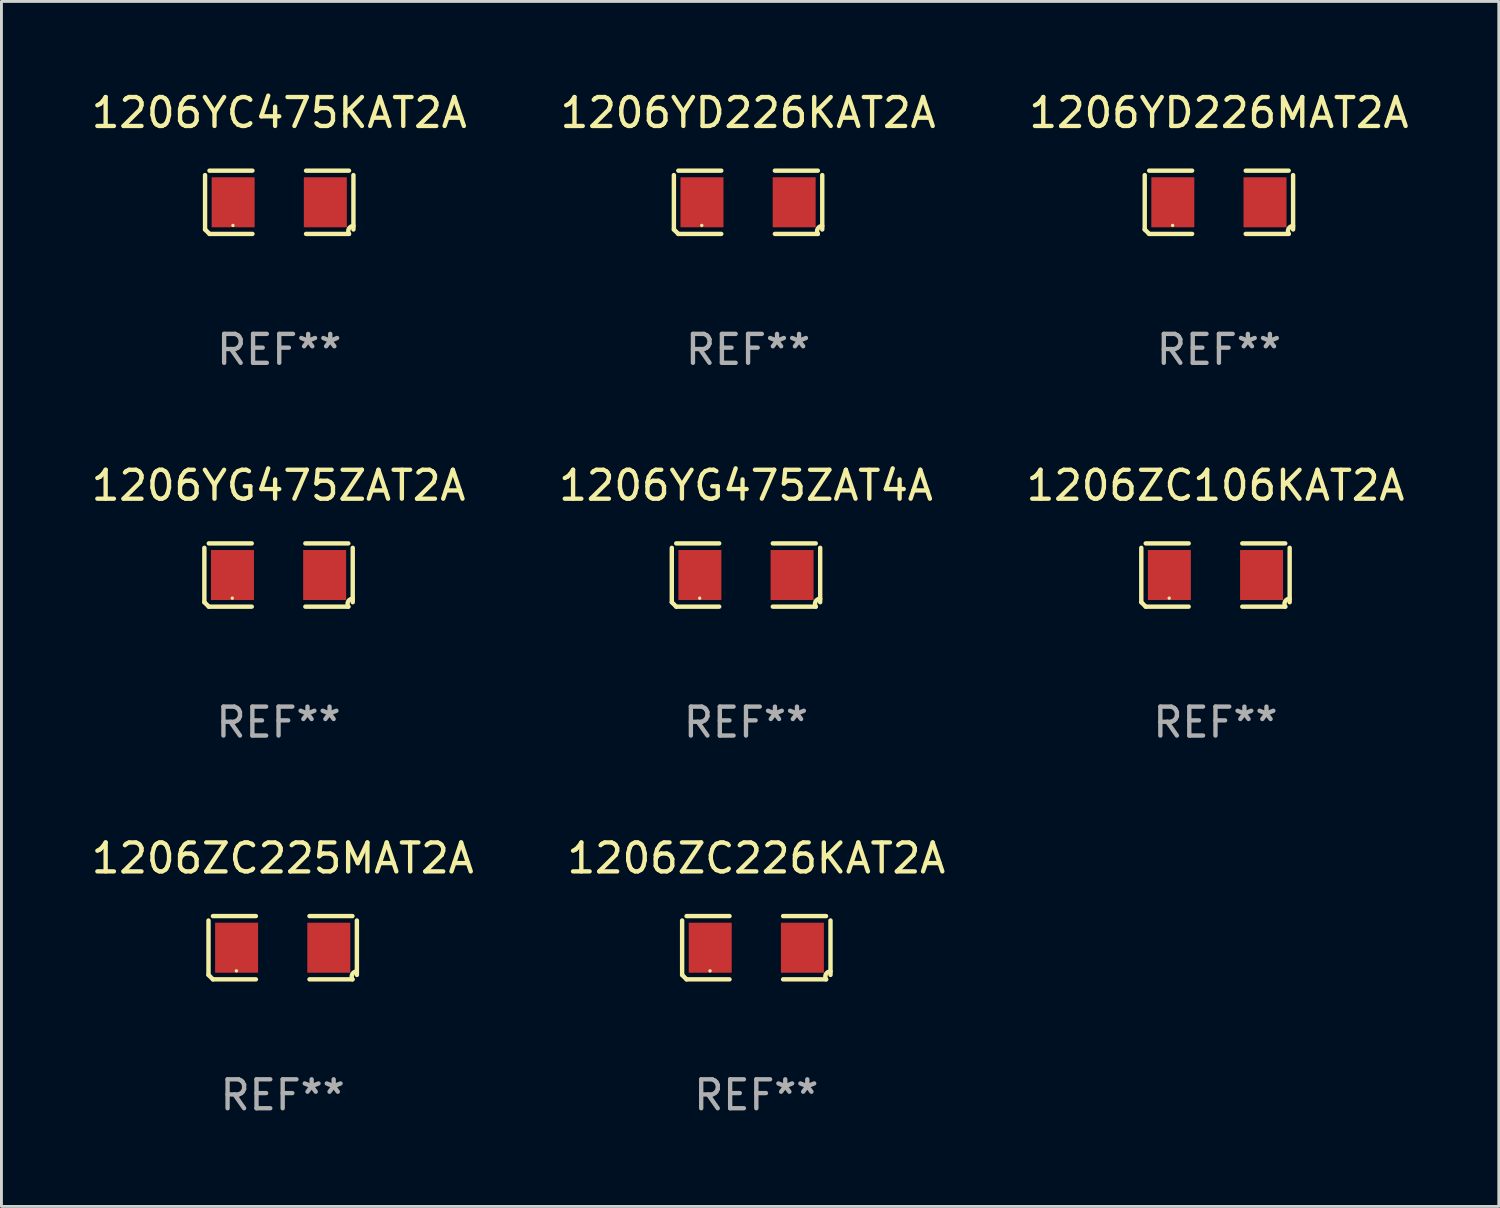
<source format=kicad_pcb>
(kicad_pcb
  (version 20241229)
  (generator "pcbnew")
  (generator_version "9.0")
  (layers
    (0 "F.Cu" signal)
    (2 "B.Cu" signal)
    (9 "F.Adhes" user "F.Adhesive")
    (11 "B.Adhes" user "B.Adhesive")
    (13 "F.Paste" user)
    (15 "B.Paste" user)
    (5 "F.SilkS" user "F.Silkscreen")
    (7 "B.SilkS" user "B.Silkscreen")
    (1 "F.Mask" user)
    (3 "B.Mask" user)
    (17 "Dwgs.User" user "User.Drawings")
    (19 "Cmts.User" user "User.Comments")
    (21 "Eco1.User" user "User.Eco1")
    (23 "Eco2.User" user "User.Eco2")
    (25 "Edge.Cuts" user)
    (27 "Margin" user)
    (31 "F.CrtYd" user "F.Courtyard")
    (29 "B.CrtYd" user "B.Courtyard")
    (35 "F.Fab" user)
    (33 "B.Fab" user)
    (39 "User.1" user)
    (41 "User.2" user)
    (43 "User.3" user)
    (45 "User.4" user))
  (footprint "1206YG475ZAT2A"
    (layer "F.Cu")
    (at 6.577 16.823)
    (property "Reference" "1206YG475ZAT2A" (at 0 -3.093 0) (layer "F.SilkS") (effects (font (size 1 1) (thickness 0.15))))
    (attr through_hole)
    (fp_line (start -2.564 0.94) (end -2.564 -0.94) (stroke (width 0.152) (type solid)) (layer "F.SilkS"))
    (fp_line (start -2.411 -1.093) (end -0.926 -1.093) (stroke (width 0.152) (type solid)) (layer "F.SilkS"))
    (fp_line (start -0.926 1.093) (end -2.411 1.093) (stroke (width 0.152) (type solid)) (layer "F.SilkS"))
    (fp_line (start 0.926 1.093) (end 2.411 1.093) (stroke (width 0.152) (type solid)) (layer "F.SilkS"))
    (fp_line (start 2.411 -1.093) (end 0.926 -1.093) (stroke (width 0.152) (type solid)) (layer "F.SilkS"))
    (fp_line (start 2.564 0.94) (end 2.564 -0.94) (stroke (width 0.152) (type solid)) (layer "F.SilkS"))
    (fp_arc (start -2.411201 1.092609) (mid -2.487413 1.01642) (end -2.563602 0.940208) (stroke (width 0.1524) (type solid)) (layer "F.SilkS"))
    (fp_arc (start 2.411201 1.092609) (mid 2.407159 0.911226) (end 2.563602 0.819347) (stroke (width 0.1524) (type solid)) (layer "F.SilkS"))
    (fp_circle (center -1.6 0.8) (end -1.57 0.8) (stroke (width 0.06) (type solid)) (fill no) (layer "F.SilkS"))
    (fp_text user "REF**" (at 0 5.093 0) (layer "F.Fab") (effects (font (size 1 1) (thickness 0.15))))
    (pad "1" smd rect (at -1.593 0) (size 1.485 1.728) (layers "F.Cu" "F.Mask" "F.Paste"))
    (pad "2" smd rect (at 1.593 0) (size 1.485 1.728) (layers "F.Cu" "F.Mask" "F.Paste")))
  (footprint "1206YG475ZAT4A"
    (layer "F.Cu")
    (at 22.732 16.823)
    (property "Reference" "1206YG475ZAT4A" (at 0 -3.093 0) (layer "F.SilkS") (effects (font (size 1 1) (thickness 0.15))))
    (attr through_hole)
    (fp_line (start -2.564 0.94) (end -2.564 -0.94) (stroke (width 0.152) (type solid)) (layer "F.SilkS"))
    (fp_line (start -2.411 -1.093) (end -0.926 -1.093) (stroke (width 0.152) (type solid)) (layer "F.SilkS"))
    (fp_line (start -0.926 1.093) (end -2.411 1.093) (stroke (width 0.152) (type solid)) (layer "F.SilkS"))
    (fp_line (start 0.926 1.093) (end 2.411 1.093) (stroke (width 0.152) (type solid)) (layer "F.SilkS"))
    (fp_line (start 2.411 -1.093) (end 0.926 -1.093) (stroke (width 0.152) (type solid)) (layer "F.SilkS"))
    (fp_line (start 2.564 0.94) (end 2.564 -0.94) (stroke (width 0.152) (type solid)) (layer "F.SilkS"))
    (fp_arc (start -2.411201 1.092609) (mid -2.487413 1.01642) (end -2.563602 0.940208) (stroke (width 0.1524) (type solid)) (layer "F.SilkS"))
    (fp_arc (start 2.411201 1.092609) (mid 2.407159 0.911226) (end 2.563602 0.819347) (stroke (width 0.1524) (type solid)) (layer "F.SilkS"))
    (fp_circle (center -1.6 0.8) (end -1.57 0.8) (stroke (width 0.06) (type solid)) (fill no) (layer "F.SilkS"))
    (fp_text user "REF**" (at 0 5.093 0) (layer "F.Fab") (effects (font (size 1 1) (thickness 0.15))))
    (pad "1" smd rect (at -1.593 0) (size 1.485 1.728) (layers "F.Cu" "F.Mask" "F.Paste"))
    (pad "2" smd rect (at 1.593 0) (size 1.485 1.728) (layers "F.Cu" "F.Mask" "F.Paste")))
  (footprint "1206YC475KAT2A"
    (layer "F.Cu")
    (at 6.601 3.941)
    (property "Reference" "1206YC475KAT2A" (at 0 -3.093 0) (layer "F.SilkS") (effects (font (size 1 1) (thickness 0.15))))
    (attr through_hole)
    (fp_line (start -2.564 0.94) (end -2.564 -0.94) (stroke (width 0.152) (type solid)) (layer "F.SilkS"))
    (fp_line (start -2.411 -1.093) (end -0.926 -1.093) (stroke (width 0.152) (type solid)) (layer "F.SilkS"))
    (fp_line (start -0.926 1.093) (end -2.411 1.093) (stroke (width 0.152) (type solid)) (layer "F.SilkS"))
    (fp_line (start 0.926 1.093) (end 2.411 1.093) (stroke (width 0.152) (type solid)) (layer "F.SilkS"))
    (fp_line (start 2.411 -1.093) (end 0.926 -1.093) (stroke (width 0.152) (type solid)) (layer "F.SilkS"))
    (fp_line (start 2.564 0.94) (end 2.564 -0.94) (stroke (width 0.152) (type solid)) (layer "F.SilkS"))
    (fp_arc (start -2.411201 1.092609) (mid -2.487413 1.01642) (end -2.563602 0.940208) (stroke (width 0.1524) (type solid)) (layer "F.SilkS"))
    (fp_arc (start 2.411201 1.092609) (mid 2.407159 0.911226) (end 2.563602 0.819347) (stroke (width 0.1524) (type solid)) (layer "F.SilkS"))
    (fp_circle (center -1.6 0.8) (end -1.57 0.8) (stroke (width 0.06) (type solid)) (fill no) (layer "F.SilkS"))
    (fp_text user "REF**" (at 0 5.093 0) (layer "F.Fab") (effects (font (size 1 1) (thickness 0.15))))
    (pad "1" smd rect (at -1.593 0) (size 1.485 1.728) (layers "F.Cu" "F.Mask" "F.Paste"))
    (pad "2" smd rect (at 1.593 0) (size 1.485 1.728) (layers "F.Cu" "F.Mask" "F.Paste")))
  (footprint "1206ZC226KAT2A"
    (layer "F.Cu")
    (at 23.089 29.704)
    (property "Reference" "1206ZC226KAT2A" (at 0 -3.093 0) (layer "F.SilkS") (effects (font (size 1 1) (thickness 0.15))))
    (attr through_hole)
    (fp_line (start -2.564 0.94) (end -2.564 -0.94) (stroke (width 0.152) (type solid)) (layer "F.SilkS"))
    (fp_line (start -2.411 -1.093) (end -0.926 -1.093) (stroke (width 0.152) (type solid)) (layer "F.SilkS"))
    (fp_line (start -0.926 1.093) (end -2.411 1.093) (stroke (width 0.152) (type solid)) (layer "F.SilkS"))
    (fp_line (start 0.926 1.093) (end 2.411 1.093) (stroke (width 0.152) (type solid)) (layer "F.SilkS"))
    (fp_line (start 2.411 -1.093) (end 0.926 -1.093) (stroke (width 0.152) (type solid)) (layer "F.SilkS"))
    (fp_line (start 2.564 0.94) (end 2.564 -0.94) (stroke (width 0.152) (type solid)) (layer "F.SilkS"))
    (fp_arc (start -2.411201 1.092609) (mid -2.487413 1.01642) (end -2.563602 0.940208) (stroke (width 0.1524) (type solid)) (layer "F.SilkS"))
    (fp_arc (start 2.411201 1.092609) (mid 2.407159 0.911226) (end 2.563602 0.819347) (stroke (width 0.1524) (type solid)) (layer "F.SilkS"))
    (fp_circle (center -1.6 0.8) (end -1.57 0.8) (stroke (width 0.06) (type solid)) (fill no) (layer "F.SilkS"))
    (fp_text user "REF**" (at 0 5.093 0) (layer "F.Fab") (effects (font (size 1 1) (thickness 0.15))))
    (pad "1" smd rect (at -1.593 0) (size 1.485 1.728) (layers "F.Cu" "F.Mask" "F.Paste"))
    (pad "2" smd rect (at 1.593 0) (size 1.485 1.728) (layers "F.Cu" "F.Mask" "F.Paste")))
  (footprint "1206ZC225MAT2A"
    (layer "F.Cu")
    (at 6.72 29.704)
    (property "Reference" "1206ZC225MAT2A" (at 0 -3.093 0) (layer "F.SilkS") (effects (font (size 1 1) (thickness 0.15))))
    (attr through_hole)
    (fp_line (start -2.564 0.94) (end -2.564 -0.94) (stroke (width 0.152) (type solid)) (layer "F.SilkS"))
    (fp_line (start -2.411 -1.093) (end -0.926 -1.093) (stroke (width 0.152) (type solid)) (layer "F.SilkS"))
    (fp_line (start -0.926 1.093) (end -2.411 1.093) (stroke (width 0.152) (type solid)) (layer "F.SilkS"))
    (fp_line (start 0.926 1.093) (end 2.411 1.093) (stroke (width 0.152) (type solid)) (layer "F.SilkS"))
    (fp_line (start 2.411 -1.093) (end 0.926 -1.093) (stroke (width 0.152) (type solid)) (layer "F.SilkS"))
    (fp_line (start 2.564 0.94) (end 2.564 -0.94) (stroke (width 0.152) (type solid)) (layer "F.SilkS"))
    (fp_arc (start -2.411201 1.092609) (mid -2.487413 1.01642) (end -2.563602 0.940208) (stroke (width 0.1524) (type solid)) (layer "F.SilkS"))
    (fp_arc (start 2.411201 1.092609) (mid 2.407159 0.911226) (end 2.563602 0.819347) (stroke (width 0.1524) (type solid)) (layer "F.SilkS"))
    (fp_circle (center -1.6 0.8) (end -1.57 0.8) (stroke (width 0.06) (type solid)) (fill no) (layer "F.SilkS"))
    (fp_text user "REF**" (at 0 5.093 0) (layer "F.Fab") (effects (font (size 1 1) (thickness 0.15))))
    (pad "1" smd rect (at -1.593 0) (size 1.485 1.728) (layers "F.Cu" "F.Mask" "F.Paste"))
    (pad "2" smd rect (at 1.593 0) (size 1.485 1.728) (layers "F.Cu" "F.Mask" "F.Paste")))
  (footprint "1206ZC106KAT2A"
    (layer "F.Cu")
    (at 38.958 16.823)
    (property "Reference" "1206ZC106KAT2A" (at 0 -3.093 0) (layer "F.SilkS") (effects (font (size 1 1) (thickness 0.15))))
    (attr through_hole)
    (fp_line (start -2.564 0.94) (end -2.564 -0.94) (stroke (width 0.152) (type solid)) (layer "F.SilkS"))
    (fp_line (start -2.411 -1.093) (end -0.926 -1.093) (stroke (width 0.152) (type solid)) (layer "F.SilkS"))
    (fp_line (start -0.926 1.093) (end -2.411 1.093) (stroke (width 0.152) (type solid)) (layer "F.SilkS"))
    (fp_line (start 0.926 1.093) (end 2.411 1.093) (stroke (width 0.152) (type solid)) (layer "F.SilkS"))
    (fp_line (start 2.411 -1.093) (end 0.926 -1.093) (stroke (width 0.152) (type solid)) (layer "F.SilkS"))
    (fp_line (start 2.564 0.94) (end 2.564 -0.94) (stroke (width 0.152) (type solid)) (layer "F.SilkS"))
    (fp_arc (start -2.411201 1.092609) (mid -2.487413 1.01642) (end -2.563602 0.940208) (stroke (width 0.1524) (type solid)) (layer "F.SilkS"))
    (fp_arc (start 2.411201 1.092609) (mid 2.407159 0.911226) (end 2.563602 0.819347) (stroke (width 0.1524) (type solid)) (layer "F.SilkS"))
    (fp_circle (center -1.6 0.8) (end -1.57 0.8) (stroke (width 0.06) (type solid)) (fill no) (layer "F.SilkS"))
    (fp_text user "REF**" (at 0 5.093 0) (layer "F.Fab") (effects (font (size 1 1) (thickness 0.15))))
    (pad "1" smd rect (at -1.593 0) (size 1.485 1.728) (layers "F.Cu" "F.Mask" "F.Paste"))
    (pad "2" smd rect (at 1.593 0) (size 1.485 1.728) (layers "F.Cu" "F.Mask" "F.Paste")))
  (footprint "1206YD226MAT2A"
    (layer "F.Cu")
    (at 39.077 3.941)
    (property "Reference" "1206YD226MAT2A" (at 0 -3.093 0) (layer "F.SilkS") (effects (font (size 1 1) (thickness 0.15))))
    (attr through_hole)
    (fp_line (start -2.564 0.94) (end -2.564 -0.94) (stroke (width 0.152) (type solid)) (layer "F.SilkS"))
    (fp_line (start -2.411 -1.093) (end -0.926 -1.093) (stroke (width 0.152) (type solid)) (layer "F.SilkS"))
    (fp_line (start -0.926 1.093) (end -2.411 1.093) (stroke (width 0.152) (type solid)) (layer "F.SilkS"))
    (fp_line (start 0.926 1.093) (end 2.411 1.093) (stroke (width 0.152) (type solid)) (layer "F.SilkS"))
    (fp_line (start 2.411 -1.093) (end 0.926 -1.093) (stroke (width 0.152) (type solid)) (layer "F.SilkS"))
    (fp_line (start 2.564 0.94) (end 2.564 -0.94) (stroke (width 0.152) (type solid)) (layer "F.SilkS"))
    (fp_arc (start -2.411201 1.092609) (mid -2.487413 1.01642) (end -2.563602 0.940208) (stroke (width 0.1524) (type solid)) (layer "F.SilkS"))
    (fp_arc (start 2.411201 1.092609) (mid 2.407159 0.911226) (end 2.563602 0.819347) (stroke (width 0.1524) (type solid)) (layer "F.SilkS"))
    (fp_circle (center -1.6 0.8) (end -1.57 0.8) (stroke (width 0.06) (type solid)) (fill no) (layer "F.SilkS"))
    (fp_text user "REF**" (at 0 5.093 0) (layer "F.Fab") (effects (font (size 1 1) (thickness 0.15))))
    (pad "1" smd rect (at -1.593 0) (size 1.485 1.728) (layers "F.Cu" "F.Mask" "F.Paste"))
    (pad "2" smd rect (at 1.593 0) (size 1.485 1.728) (layers "F.Cu" "F.Mask" "F.Paste")))
  (footprint "1206YD226KAT2A"
    (layer "F.Cu")
    (at 22.804 3.941)
    (property "Reference" "1206YD226KAT2A" (at 0 -3.093 0) (layer "F.SilkS") (effects (font (size 1 1) (thickness 0.15))))
    (attr through_hole)
    (fp_line (start -2.564 0.94) (end -2.564 -0.94) (stroke (width 0.152) (type solid)) (layer "F.SilkS"))
    (fp_line (start -2.411 -1.093) (end -0.926 -1.093) (stroke (width 0.152) (type solid)) (layer "F.SilkS"))
    (fp_line (start -0.926 1.093) (end -2.411 1.093) (stroke (width 0.152) (type solid)) (layer "F.SilkS"))
    (fp_line (start 0.926 1.093) (end 2.411 1.093) (stroke (width 0.152) (type solid)) (layer "F.SilkS"))
    (fp_line (start 2.411 -1.093) (end 0.926 -1.093) (stroke (width 0.152) (type solid)) (layer "F.SilkS"))
    (fp_line (start 2.564 0.94) (end 2.564 -0.94) (stroke (width 0.152) (type solid)) (layer "F.SilkS"))
    (fp_arc (start -2.411201 1.092609) (mid -2.487413 1.01642) (end -2.563602 0.940208) (stroke (width 0.1524) (type solid)) (layer "F.SilkS"))
    (fp_arc (start 2.411201 1.092609) (mid 2.407159 0.911226) (end 2.563602 0.819347) (stroke (width 0.1524) (type solid)) (layer "F.SilkS"))
    (fp_circle (center -1.6 0.8) (end -1.57 0.8) (stroke (width 0.06) (type solid)) (fill no) (layer "F.SilkS"))
    (fp_text user "REF**" (at 0 5.093 0) (layer "F.Fab") (effects (font (size 1 1) (thickness 0.15))))
    (pad "1" smd rect (at -1.593 0) (size 1.485 1.728) (layers "F.Cu" "F.Mask" "F.Paste"))
    (pad "2" smd rect (at 1.593 0) (size 1.485 1.728) (layers "F.Cu" "F.Mask" "F.Paste")))
  (gr_rect
    (start -3 -3)
    (end 48.75 38.645)
    (stroke (width 0.1) (type default))
    (fill no)
    (layer "Edge.Cuts")))
</source>
